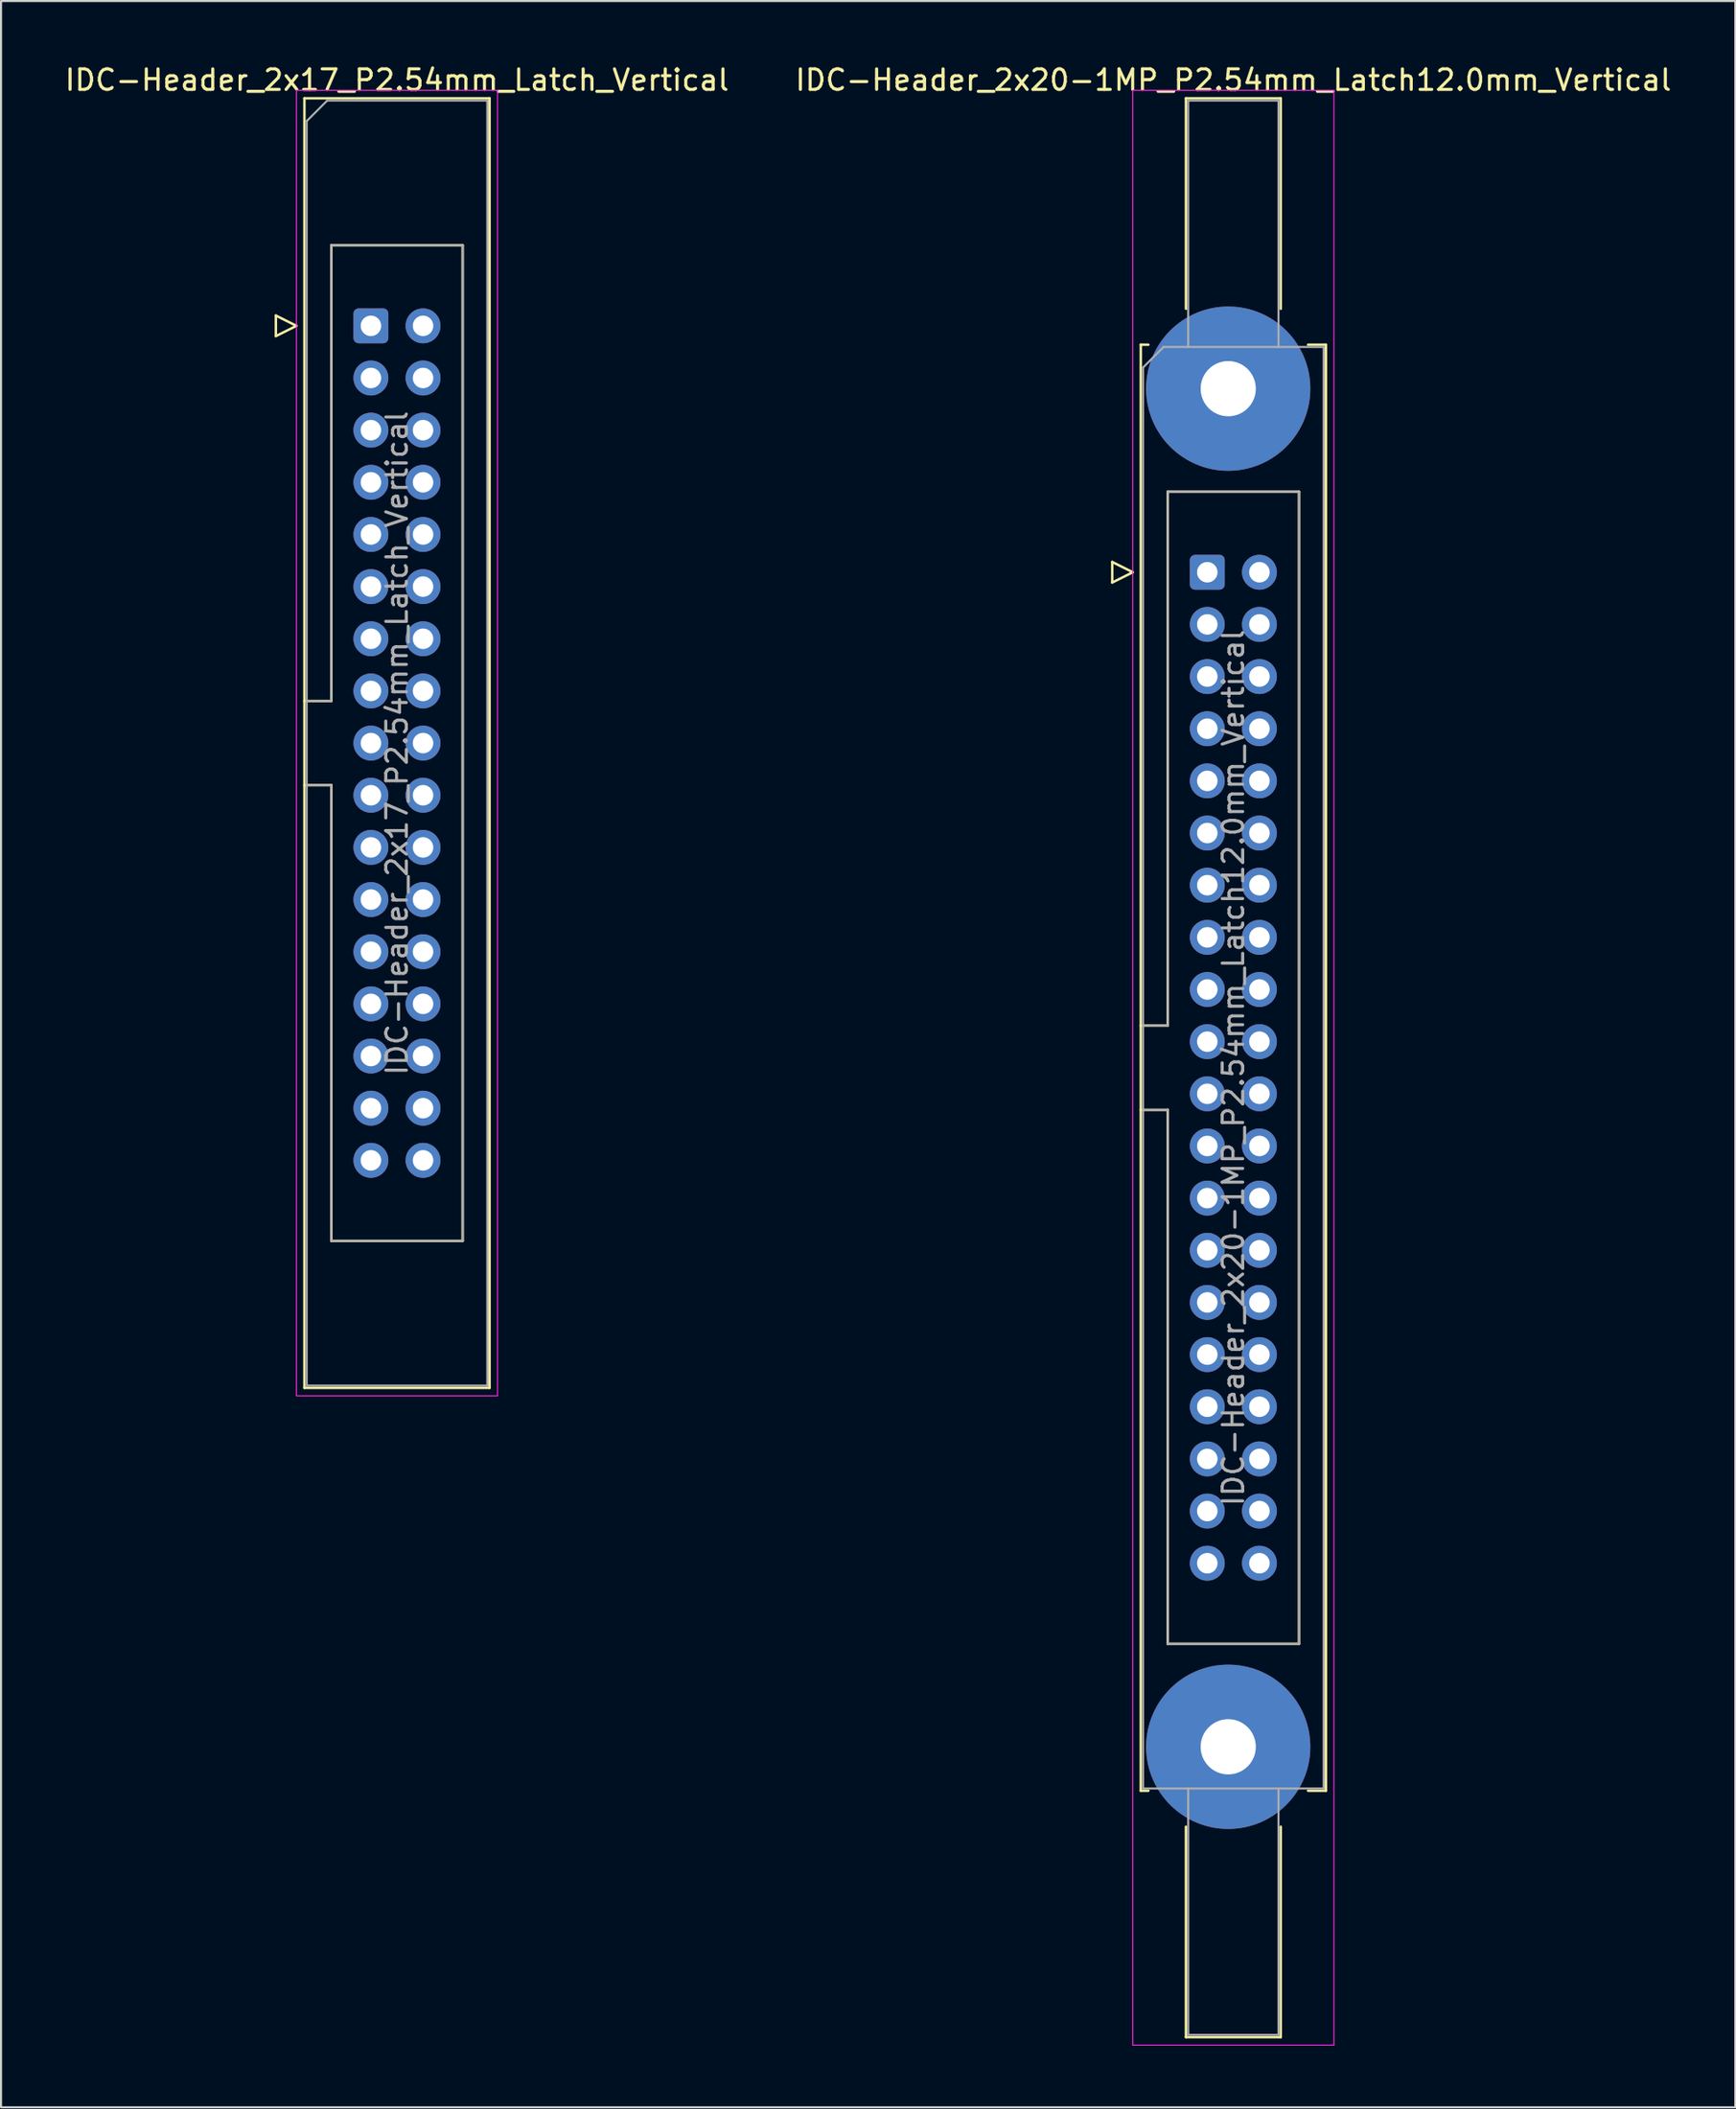
<source format=kicad_pcb>
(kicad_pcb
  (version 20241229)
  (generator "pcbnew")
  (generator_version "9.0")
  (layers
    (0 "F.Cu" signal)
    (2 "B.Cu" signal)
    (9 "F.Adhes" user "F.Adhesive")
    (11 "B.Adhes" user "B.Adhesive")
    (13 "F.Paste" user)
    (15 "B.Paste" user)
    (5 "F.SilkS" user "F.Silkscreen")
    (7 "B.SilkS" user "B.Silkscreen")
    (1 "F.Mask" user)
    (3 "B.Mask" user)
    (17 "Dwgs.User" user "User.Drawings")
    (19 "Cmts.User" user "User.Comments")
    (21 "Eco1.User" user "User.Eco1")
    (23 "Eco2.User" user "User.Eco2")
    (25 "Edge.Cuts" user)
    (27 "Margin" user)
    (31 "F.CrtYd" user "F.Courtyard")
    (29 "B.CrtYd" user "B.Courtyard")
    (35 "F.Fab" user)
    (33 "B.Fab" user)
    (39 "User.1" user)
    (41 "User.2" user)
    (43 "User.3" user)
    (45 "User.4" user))
  (footprint "IDC-Header_2x17_P2.54mm_Latch_Vertical"
    (layer "F.Cu")
    (at 15.022 12.818)
    (property "Reference" "IDC-Header_2x17_P2.54mm_Latch_Vertical" (at 1.27 -11.97 0) (layer "F.SilkS") (effects (font (size 1 1) (thickness 0.15))))
    (attr through_hole)
    (fp_line (start -4.63 -0.5) (end -4.63 0.5) (stroke (width 0.12) (type solid)) (layer "F.SilkS"))
    (fp_line (start -4.63 0.5) (end -3.63 0) (stroke (width 0.12) (type solid)) (layer "F.SilkS"))
    (fp_line (start -3.63 0) (end -4.63 -0.5) (stroke (width 0.12) (type solid)) (layer "F.SilkS"))
    (fp_line (start -3.24 -11.08) (end 5.78 -11.08) (stroke (width 0.12) (type solid)) (layer "F.SilkS"))
    (fp_line (start -3.24 18.27) (end -1.93 18.27) (stroke (width 0.12) (type solid)) (layer "F.SilkS"))
    (fp_line (start -3.24 51.72) (end -3.24 -11.08) (stroke (width 0.12) (type solid)) (layer "F.SilkS"))
    (fp_line (start -1.93 -3.92) (end 4.47 -3.92) (stroke (width 0.12) (type solid)) (layer "F.SilkS"))
    (fp_line (start -1.93 18.27) (end -1.93 -3.92) (stroke (width 0.12) (type solid)) (layer "F.SilkS"))
    (fp_line (start -1.93 22.37) (end -3.24 22.37) (stroke (width 0.12) (type solid)) (layer "F.SilkS"))
    (fp_line (start -1.93 22.37) (end -1.93 22.37) (stroke (width 0.12) (type solid)) (layer "F.SilkS"))
    (fp_line (start -1.93 44.56) (end -1.93 22.37) (stroke (width 0.12) (type solid)) (layer "F.SilkS"))
    (fp_line (start 4.47 -3.92) (end 4.47 44.56) (stroke (width 0.12) (type solid)) (layer "F.SilkS"))
    (fp_line (start 4.47 44.56) (end -1.93 44.56) (stroke (width 0.12) (type solid)) (layer "F.SilkS"))
    (fp_line (start 5.78 -11.08) (end 5.78 51.72) (stroke (width 0.12) (type solid)) (layer "F.SilkS"))
    (fp_line (start 5.78 51.72) (end -3.24 51.72) (stroke (width 0.12) (type solid)) (layer "F.SilkS"))
    (fp_line (start -3.63 -11.47) (end -3.63 52.11) (stroke (width 0.05) (type solid)) (layer "F.CrtYd"))
    (fp_line (start -3.63 52.11) (end 6.17 52.11) (stroke (width 0.05) (type solid)) (layer "F.CrtYd"))
    (fp_line (start 6.17 -11.47) (end -3.63 -11.47) (stroke (width 0.05) (type solid)) (layer "F.CrtYd"))
    (fp_line (start 6.17 52.11) (end 6.17 -11.47) (stroke (width 0.05) (type solid)) (layer "F.CrtYd"))
    (fp_line (start -3.13 -9.97) (end -2.13 -10.97) (stroke (width 0.1) (type solid)) (layer "F.Fab"))
    (fp_line (start -3.13 18.27) (end -1.93 18.27) (stroke (width 0.1) (type solid)) (layer "F.Fab"))
    (fp_line (start -3.13 51.61) (end -3.13 -9.97) (stroke (width 0.1) (type solid)) (layer "F.Fab"))
    (fp_line (start -2.13 -10.97) (end 5.67 -10.97) (stroke (width 0.1) (type solid)) (layer "F.Fab"))
    (fp_line (start -1.93 -3.92) (end 4.47 -3.92) (stroke (width 0.1) (type solid)) (layer "F.Fab"))
    (fp_line (start -1.93 18.27) (end -1.93 -3.92) (stroke (width 0.1) (type solid)) (layer "F.Fab"))
    (fp_line (start -1.93 22.37) (end -3.13 22.37) (stroke (width 0.1) (type solid)) (layer "F.Fab"))
    (fp_line (start -1.93 22.37) (end -1.93 22.37) (stroke (width 0.1) (type solid)) (layer "F.Fab"))
    (fp_line (start -1.93 44.56) (end -1.93 22.37) (stroke (width 0.1) (type solid)) (layer "F.Fab"))
    (fp_line (start 4.47 -3.92) (end 4.47 44.56) (stroke (width 0.1) (type solid)) (layer "F.Fab"))
    (fp_line (start 4.47 44.56) (end -1.93 44.56) (stroke (width 0.1) (type solid)) (layer "F.Fab"))
    (fp_line (start 5.67 -10.97) (end 5.67 51.61) (stroke (width 0.1) (type solid)) (layer "F.Fab"))
    (fp_line (start 5.67 51.61) (end -3.13 51.61) (stroke (width 0.1) (type solid)) (layer "F.Fab"))
    (fp_text user "${REFERENCE}" (at 1.27 20.32 90) (layer "F.Fab") (effects (font (size 1 1) (thickness 0.15))))
    (pad "1" thru_hole roundrect (at 0 0) (size 1.7 1.7) (drill 1) (layers "*.Cu" "*.Mask") (roundrect_rratio 0.147))
    (pad "2" thru_hole circle (at 2.54 0) (size 1.7 1.7) (drill 1) (layers "*.Cu" "*.Mask"))
    (pad "3" thru_hole circle (at 0 2.54) (size 1.7 1.7) (drill 1) (layers "*.Cu" "*.Mask"))
    (pad "4" thru_hole circle (at 2.54 2.54) (size 1.7 1.7) (drill 1) (layers "*.Cu" "*.Mask"))
    (pad "5" thru_hole circle (at 0 5.08) (size 1.7 1.7) (drill 1) (layers "*.Cu" "*.Mask"))
    (pad "6" thru_hole circle (at 2.54 5.08) (size 1.7 1.7) (drill 1) (layers "*.Cu" "*.Mask"))
    (pad "7" thru_hole circle (at 0 7.62) (size 1.7 1.7) (drill 1) (layers "*.Cu" "*.Mask"))
    (pad "8" thru_hole circle (at 2.54 7.62) (size 1.7 1.7) (drill 1) (layers "*.Cu" "*.Mask"))
    (pad "9" thru_hole circle (at 0 10.16) (size 1.7 1.7) (drill 1) (layers "*.Cu" "*.Mask"))
    (pad "10" thru_hole circle (at 2.54 10.16) (size 1.7 1.7) (drill 1) (layers "*.Cu" "*.Mask"))
    (pad "11" thru_hole circle (at 0 12.7) (size 1.7 1.7) (drill 1) (layers "*.Cu" "*.Mask"))
    (pad "12" thru_hole circle (at 2.54 12.7) (size 1.7 1.7) (drill 1) (layers "*.Cu" "*.Mask"))
    (pad "13" thru_hole circle (at 0 15.24) (size 1.7 1.7) (drill 1) (layers "*.Cu" "*.Mask"))
    (pad "14" thru_hole circle (at 2.54 15.24) (size 1.7 1.7) (drill 1) (layers "*.Cu" "*.Mask"))
    (pad "15" thru_hole circle (at 0 17.78) (size 1.7 1.7) (drill 1) (layers "*.Cu" "*.Mask"))
    (pad "16" thru_hole circle (at 2.54 17.78) (size 1.7 1.7) (drill 1) (layers "*.Cu" "*.Mask"))
    (pad "17" thru_hole circle (at 0 20.32) (size 1.7 1.7) (drill 1) (layers "*.Cu" "*.Mask"))
    (pad "18" thru_hole circle (at 2.54 20.32) (size 1.7 1.7) (drill 1) (layers "*.Cu" "*.Mask"))
    (pad "19" thru_hole circle (at 0 22.86) (size 1.7 1.7) (drill 1) (layers "*.Cu" "*.Mask"))
    (pad "20" thru_hole circle (at 2.54 22.86) (size 1.7 1.7) (drill 1) (layers "*.Cu" "*.Mask"))
    (pad "21" thru_hole circle (at 0 25.4) (size 1.7 1.7) (drill 1) (layers "*.Cu" "*.Mask"))
    (pad "22" thru_hole circle (at 2.54 25.4) (size 1.7 1.7) (drill 1) (layers "*.Cu" "*.Mask"))
    (pad "23" thru_hole circle (at 0 27.94) (size 1.7 1.7) (drill 1) (layers "*.Cu" "*.Mask"))
    (pad "24" thru_hole circle (at 2.54 27.94) (size 1.7 1.7) (drill 1) (layers "*.Cu" "*.Mask"))
    (pad "25" thru_hole circle (at 0 30.48) (size 1.7 1.7) (drill 1) (layers "*.Cu" "*.Mask"))
    (pad "26" thru_hole circle (at 2.54 30.48) (size 1.7 1.7) (drill 1) (layers "*.Cu" "*.Mask"))
    (pad "27" thru_hole circle (at 0 33.02) (size 1.7 1.7) (drill 1) (layers "*.Cu" "*.Mask"))
    (pad "28" thru_hole circle (at 2.54 33.02) (size 1.7 1.7) (drill 1) (layers "*.Cu" "*.Mask"))
    (pad "29" thru_hole circle (at 0 35.56) (size 1.7 1.7) (drill 1) (layers "*.Cu" "*.Mask"))
    (pad "30" thru_hole circle (at 2.54 35.56) (size 1.7 1.7) (drill 1) (layers "*.Cu" "*.Mask"))
    (pad "31" thru_hole circle (at 0 38.1) (size 1.7 1.7) (drill 1) (layers "*.Cu" "*.Mask"))
    (pad "32" thru_hole circle (at 2.54 38.1) (size 1.7 1.7) (drill 1) (layers "*.Cu" "*.Mask"))
    (pad "33" thru_hole circle (at 0 40.64) (size 1.7 1.7) (drill 1) (layers "*.Cu" "*.Mask"))
    (pad "34" thru_hole circle (at 2.54 40.64) (size 1.7 1.7) (drill 1) (layers "*.Cu" "*.Mask")))
  (footprint "IDC-Header_2x20-1MP_P2.54mm_Latch12.0mm_Vertical"
    (layer "F.Cu")
    (at 55.772 24.818)
    (property "Reference" "IDC-Header_2x20-1MP_P2.54mm_Latch12.0mm_Vertical" (at 1.27 -23.97 0) (layer "F.SilkS") (effects (font (size 1 1) (thickness 0.15))))
    (attr through_hole)
    (fp_line (start -4.63 -0.5) (end -4.63 0.5) (stroke (width 0.12) (type solid)) (layer "F.SilkS"))
    (fp_line (start -4.63 0.5) (end -3.63 0) (stroke (width 0.12) (type solid)) (layer "F.SilkS"))
    (fp_line (start -3.63 0) (end -4.63 -0.5) (stroke (width 0.12) (type solid)) (layer "F.SilkS"))
    (fp_line (start -3.24 -11.08) (end -3.24 59.34) (stroke (width 0.12) (type solid)) (layer "F.SilkS"))
    (fp_line (start -3.24 22.08) (end -1.93 22.08) (stroke (width 0.12) (type solid)) (layer "F.SilkS"))
    (fp_line (start -3.24 59.34) (end -2.87 59.34) (stroke (width 0.12) (type solid)) (layer "F.SilkS"))
    (fp_line (start -2.87 -11.08) (end -3.24 -11.08) (stroke (width 0.12) (type solid)) (layer "F.SilkS"))
    (fp_line (start -1.93 -3.92) (end 4.47 -3.92) (stroke (width 0.12) (type solid)) (layer "F.SilkS"))
    (fp_line (start -1.93 22.08) (end -1.93 -3.92) (stroke (width 0.12) (type solid)) (layer "F.SilkS"))
    (fp_line (start -1.93 26.18) (end -3.24 26.18) (stroke (width 0.12) (type solid)) (layer "F.SilkS"))
    (fp_line (start -1.93 26.18) (end -1.93 26.18) (stroke (width 0.12) (type solid)) (layer "F.SilkS"))
    (fp_line (start -1.93 52.18) (end -1.93 26.18) (stroke (width 0.12) (type solid)) (layer "F.SilkS"))
    (fp_line (start -1.04 -23.08) (end 3.58 -23.08) (stroke (width 0.12) (type solid)) (layer "F.SilkS"))
    (fp_line (start -1.04 -12.83) (end -1.04 -23.08) (stroke (width 0.12) (type solid)) (layer "F.SilkS"))
    (fp_line (start -1.04 61.09) (end -1.04 71.34) (stroke (width 0.12) (type solid)) (layer "F.SilkS"))
    (fp_line (start -1.04 71.34) (end 3.58 71.34) (stroke (width 0.12) (type solid)) (layer "F.SilkS"))
    (fp_line (start 3.58 -23.08) (end 3.58 -12.83) (stroke (width 0.12) (type solid)) (layer "F.SilkS"))
    (fp_line (start 3.58 71.34) (end 3.58 61.09) (stroke (width 0.12) (type solid)) (layer "F.SilkS"))
    (fp_line (start 4.47 -3.92) (end 4.47 52.18) (stroke (width 0.12) (type solid)) (layer "F.SilkS"))
    (fp_line (start 4.47 52.18) (end -1.93 52.18) (stroke (width 0.12) (type solid)) (layer "F.SilkS"))
    (fp_line (start 4.91 -11.08) (end 5.78 -11.08) (stroke (width 0.12) (type solid)) (layer "F.SilkS"))
    (fp_line (start 5.78 -11.08) (end 5.78 59.34) (stroke (width 0.12) (type solid)) (layer "F.SilkS"))
    (fp_line (start 5.78 59.34) (end 4.91 59.34) (stroke (width 0.12) (type solid)) (layer "F.SilkS"))
    (fp_line (start -3.63 -23.47) (end -3.63 71.73) (stroke (width 0.05) (type solid)) (layer "F.CrtYd"))
    (fp_line (start -3.63 71.73) (end 6.17 71.73) (stroke (width 0.05) (type solid)) (layer "F.CrtYd"))
    (fp_line (start 6.17 -23.47) (end -3.63 -23.47) (stroke (width 0.05) (type solid)) (layer "F.CrtYd"))
    (fp_line (start 6.17 71.73) (end 6.17 -23.47) (stroke (width 0.05) (type solid)) (layer "F.CrtYd"))
    (fp_line (start -3.13 -9.97) (end -2.13 -10.97) (stroke (width 0.1) (type solid)) (layer "F.Fab"))
    (fp_line (start -3.13 22.08) (end -1.93 22.08) (stroke (width 0.1) (type solid)) (layer "F.Fab"))
    (fp_line (start -3.13 59.23) (end -3.13 -9.97) (stroke (width 0.1) (type solid)) (layer "F.Fab"))
    (fp_line (start -2.13 -10.97) (end 5.67 -10.97) (stroke (width 0.1) (type solid)) (layer "F.Fab"))
    (fp_line (start -1.93 -3.92) (end 4.47 -3.92) (stroke (width 0.1) (type solid)) (layer "F.Fab"))
    (fp_line (start -1.93 22.08) (end -1.93 -3.92) (stroke (width 0.1) (type solid)) (layer "F.Fab"))
    (fp_line (start -1.93 26.18) (end -3.13 26.18) (stroke (width 0.1) (type solid)) (layer "F.Fab"))
    (fp_line (start -1.93 26.18) (end -1.93 26.18) (stroke (width 0.1) (type solid)) (layer "F.Fab"))
    (fp_line (start -1.93 52.18) (end -1.93 26.18) (stroke (width 0.1) (type solid)) (layer "F.Fab"))
    (fp_line (start -0.93 -22.97) (end 3.47 -22.97) (stroke (width 0.1) (type solid)) (layer "F.Fab"))
    (fp_line (start -0.93 -10.97) (end -0.93 -22.97) (stroke (width 0.1) (type solid)) (layer "F.Fab"))
    (fp_line (start -0.93 59.23) (end -0.93 71.23) (stroke (width 0.1) (type solid)) (layer "F.Fab"))
    (fp_line (start -0.93 71.23) (end 3.47 71.23) (stroke (width 0.1) (type solid)) (layer "F.Fab"))
    (fp_line (start 3.47 -22.97) (end 3.47 -10.97) (stroke (width 0.1) (type solid)) (layer "F.Fab"))
    (fp_line (start 3.47 71.23) (end 3.47 59.23) (stroke (width 0.1) (type solid)) (layer "F.Fab"))
    (fp_line (start 4.47 -3.92) (end 4.47 52.18) (stroke (width 0.1) (type solid)) (layer "F.Fab"))
    (fp_line (start 4.47 52.18) (end -1.93 52.18) (stroke (width 0.1) (type solid)) (layer "F.Fab"))
    (fp_line (start 5.67 -10.97) (end 5.67 59.23) (stroke (width 0.1) (type solid)) (layer "F.Fab"))
    (fp_line (start 5.67 59.23) (end -3.13 59.23) (stroke (width 0.1) (type solid)) (layer "F.Fab"))
    (fp_text user "${REFERENCE}" (at 1.27 24.13 90) (layer "F.Fab") (effects (font (size 1 1) (thickness 0.15))))
    (pad "1" thru_hole roundrect (at 0 0) (size 1.7 1.7) (drill 1) (layers "*.Cu" "*.Mask") (roundrect_rratio 0.147))
    (pad "2" thru_hole circle (at 2.54 0) (size 1.7 1.7) (drill 1) (layers "*.Cu" "*.Mask"))
    (pad "3" thru_hole circle (at 0 2.54) (size 1.7 1.7) (drill 1) (layers "*.Cu" "*.Mask"))
    (pad "4" thru_hole circle (at 2.54 2.54) (size 1.7 1.7) (drill 1) (layers "*.Cu" "*.Mask"))
    (pad "5" thru_hole circle (at 0 5.08) (size 1.7 1.7) (drill 1) (layers "*.Cu" "*.Mask"))
    (pad "6" thru_hole circle (at 2.54 5.08) (size 1.7 1.7) (drill 1) (layers "*.Cu" "*.Mask"))
    (pad "7" thru_hole circle (at 0 7.62) (size 1.7 1.7) (drill 1) (layers "*.Cu" "*.Mask"))
    (pad "8" thru_hole circle (at 2.54 7.62) (size 1.7 1.7) (drill 1) (layers "*.Cu" "*.Mask"))
    (pad "9" thru_hole circle (at 0 10.16) (size 1.7 1.7) (drill 1) (layers "*.Cu" "*.Mask"))
    (pad "10" thru_hole circle (at 2.54 10.16) (size 1.7 1.7) (drill 1) (layers "*.Cu" "*.Mask"))
    (pad "11" thru_hole circle (at 0 12.7) (size 1.7 1.7) (drill 1) (layers "*.Cu" "*.Mask"))
    (pad "12" thru_hole circle (at 2.54 12.7) (size 1.7 1.7) (drill 1) (layers "*.Cu" "*.Mask"))
    (pad "13" thru_hole circle (at 0 15.24) (size 1.7 1.7) (drill 1) (layers "*.Cu" "*.Mask"))
    (pad "14" thru_hole circle (at 2.54 15.24) (size 1.7 1.7) (drill 1) (layers "*.Cu" "*.Mask"))
    (pad "15" thru_hole circle (at 0 17.78) (size 1.7 1.7) (drill 1) (layers "*.Cu" "*.Mask"))
    (pad "16" thru_hole circle (at 2.54 17.78) (size 1.7 1.7) (drill 1) (layers "*.Cu" "*.Mask"))
    (pad "17" thru_hole circle (at 0 20.32) (size 1.7 1.7) (drill 1) (layers "*.Cu" "*.Mask"))
    (pad "18" thru_hole circle (at 2.54 20.32) (size 1.7 1.7) (drill 1) (layers "*.Cu" "*.Mask"))
    (pad "19" thru_hole circle (at 0 22.86) (size 1.7 1.7) (drill 1) (layers "*.Cu" "*.Mask"))
    (pad "20" thru_hole circle (at 2.54 22.86) (size 1.7 1.7) (drill 1) (layers "*.Cu" "*.Mask"))
    (pad "21" thru_hole circle (at 0 25.4) (size 1.7 1.7) (drill 1) (layers "*.Cu" "*.Mask"))
    (pad "22" thru_hole circle (at 2.54 25.4) (size 1.7 1.7) (drill 1) (layers "*.Cu" "*.Mask"))
    (pad "23" thru_hole circle (at 0 27.94) (size 1.7 1.7) (drill 1) (layers "*.Cu" "*.Mask"))
    (pad "24" thru_hole circle (at 2.54 27.94) (size 1.7 1.7) (drill 1) (layers "*.Cu" "*.Mask"))
    (pad "25" thru_hole circle (at 0 30.48) (size 1.7 1.7) (drill 1) (layers "*.Cu" "*.Mask"))
    (pad "26" thru_hole circle (at 2.54 30.48) (size 1.7 1.7) (drill 1) (layers "*.Cu" "*.Mask"))
    (pad "27" thru_hole circle (at 0 33.02) (size 1.7 1.7) (drill 1) (layers "*.Cu" "*.Mask"))
    (pad "28" thru_hole circle (at 2.54 33.02) (size 1.7 1.7) (drill 1) (layers "*.Cu" "*.Mask"))
    (pad "29" thru_hole circle (at 0 35.56) (size 1.7 1.7) (drill 1) (layers "*.Cu" "*.Mask"))
    (pad "30" thru_hole circle (at 2.54 35.56) (size 1.7 1.7) (drill 1) (layers "*.Cu" "*.Mask"))
    (pad "31" thru_hole circle (at 0 38.1) (size 1.7 1.7) (drill 1) (layers "*.Cu" "*.Mask"))
    (pad "32" thru_hole circle (at 2.54 38.1) (size 1.7 1.7) (drill 1) (layers "*.Cu" "*.Mask"))
    (pad "33" thru_hole circle (at 0 40.64) (size 1.7 1.7) (drill 1) (layers "*.Cu" "*.Mask"))
    (pad "34" thru_hole circle (at 2.54 40.64) (size 1.7 1.7) (drill 1) (layers "*.Cu" "*.Mask"))
    (pad "35" thru_hole circle (at 0 43.18) (size 1.7 1.7) (drill 1) (layers "*.Cu" "*.Mask"))
    (pad "36" thru_hole circle (at 2.54 43.18) (size 1.7 1.7) (drill 1) (layers "*.Cu" "*.Mask"))
    (pad "37" thru_hole circle (at 0 45.72) (size 1.7 1.7) (drill 1) (layers "*.Cu" "*.Mask"))
    (pad "38" thru_hole circle (at 2.54 45.72) (size 1.7 1.7) (drill 1) (layers "*.Cu" "*.Mask"))
    (pad "39" thru_hole circle (at 0 48.26) (size 1.7 1.7) (drill 1) (layers "*.Cu" "*.Mask"))
    (pad "40" thru_hole circle (at 2.54 48.26) (size 1.7 1.7) (drill 1) (layers "*.Cu" "*.Mask"))
    (pad "MP" thru_hole circle (at 1.02 -8.94) (size 8 8) (drill 2.69) (layers "*.Cu" "*.Mask"))
    (pad "MP" thru_hole circle (at 1.02 57.2) (size 8 8) (drill 2.69) (layers "*.Cu" "*.Mask")))
  (gr_rect
    (start -3 -3)
    (end 81.5 99.573)
    (stroke (width 0.1) (type default))
    (fill no)
    (layer "Edge.Cuts")))
</source>
